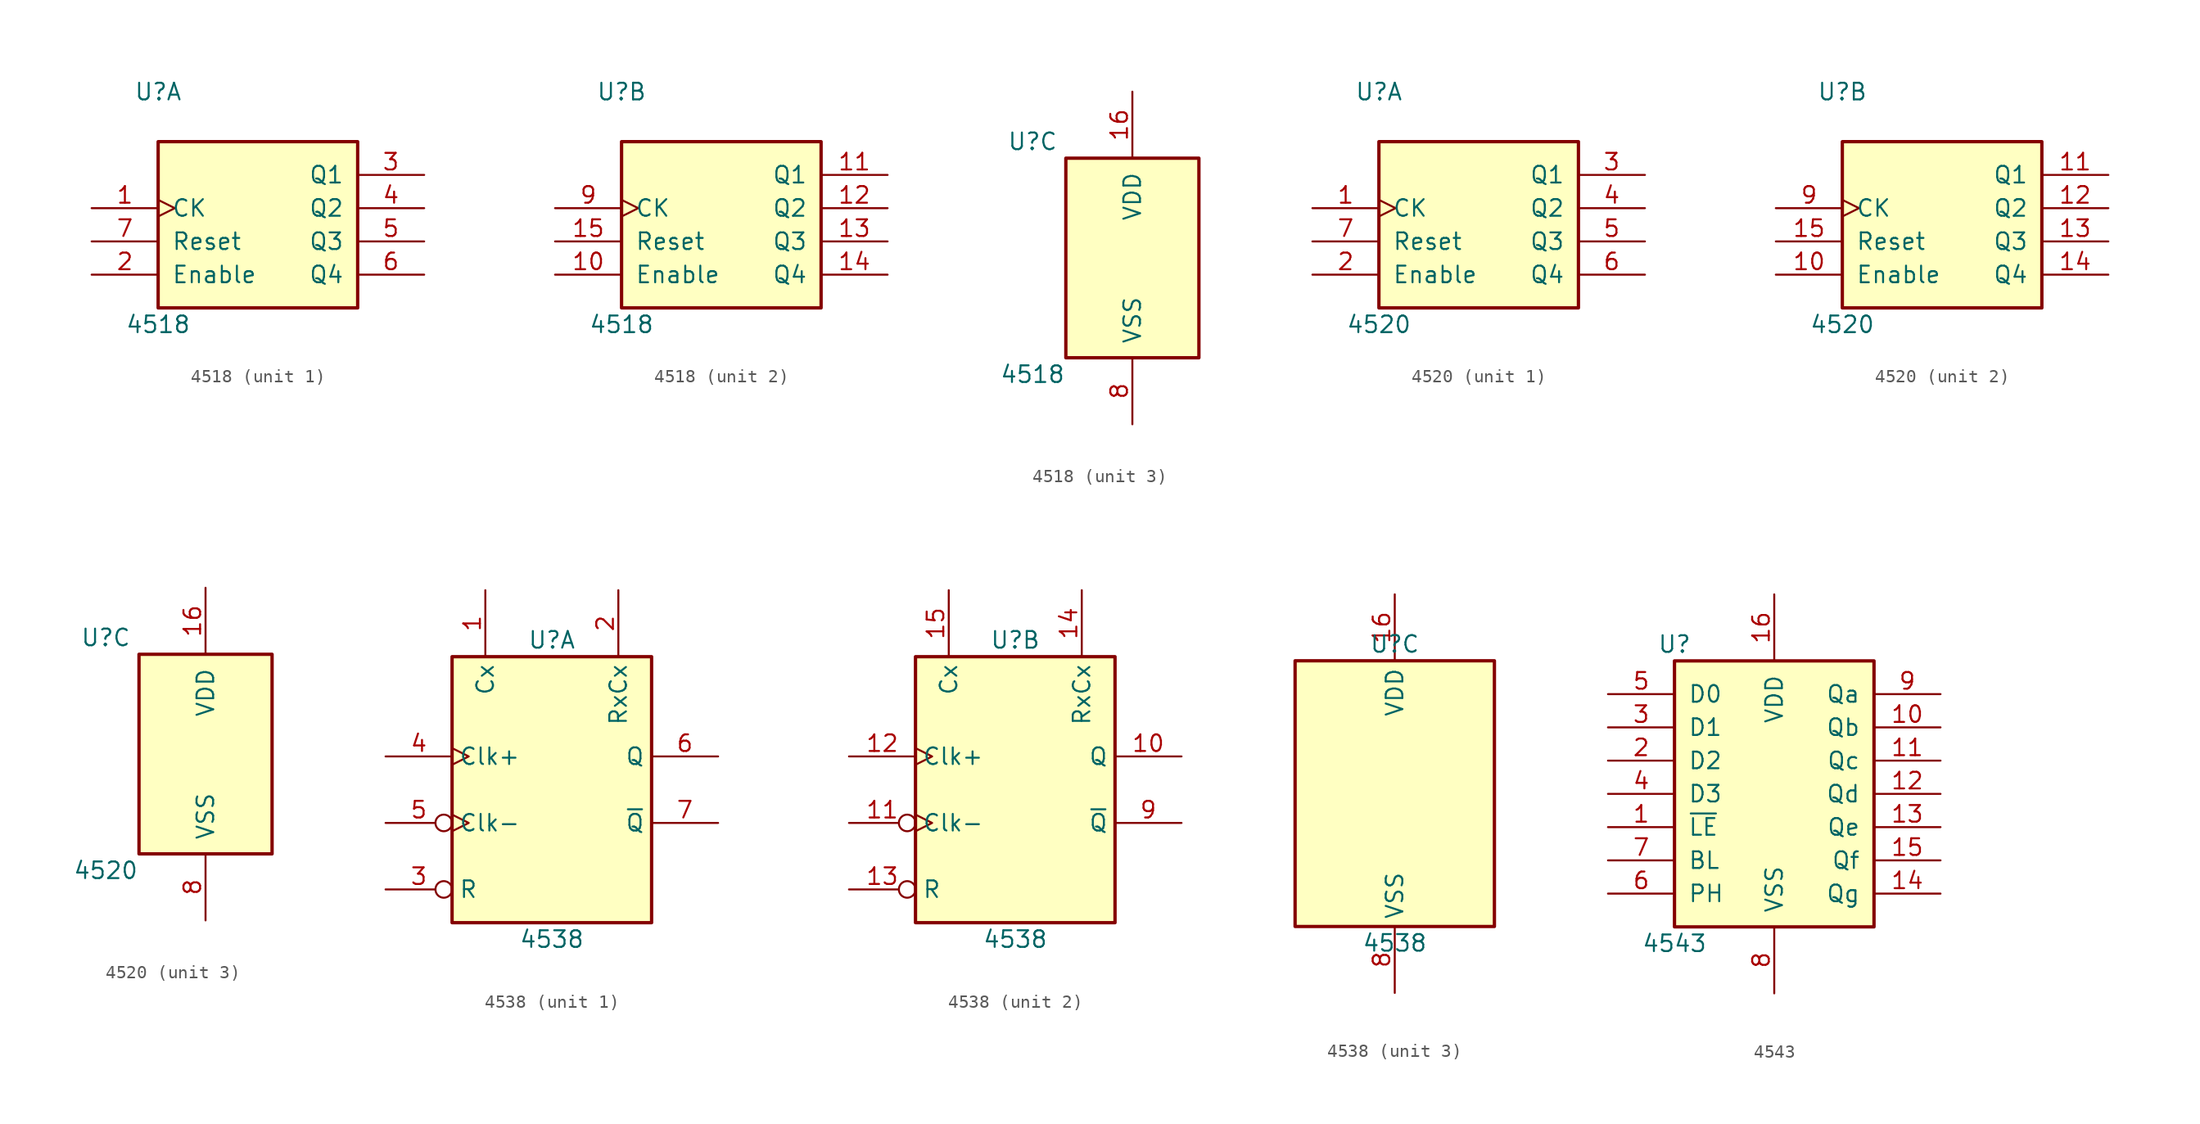
<source format=kicad_sym>
(kicad_symbol_lib
  (version 20200908)
  (generator kicad_symbol_editor)
  (symbol "4xxx:4518"
    (pin_names
      (offset 1.016))
    (property "Reference" "U"
      (at -7.62 8.89 0)
      (effects (font (size 1.27 1.27))))
    (property "Value" "4518"
      (at -7.62 -8.89 0)
      (effects (font (size 1.27 1.27))))
    (property "ki_locked" ""
      (at 0 0 0)
      (effects (font (size 1.27 1.27))))
    (symbol "4518_1_1"
      (rectangle (start -7.62 5.08) (end 7.62 -7.62) (stroke (width 0.254)) (fill (type background))))
    (symbol "4518_2_1"
      (rectangle (start -7.62 5.08) (end 7.62 -7.62) (stroke (width 0.254)) (fill (type background))))
    (symbol "4518_3_1"
      (rectangle (start -5.08 7.62) (end 5.08 -7.62) (stroke (width 0.254)) (fill (type background))))
    (symbol "4518_1_0"
      (pin input clock (at -12.7 0 0) (length 5.08) (name "CK" (effects (font (size 1.27 1.27)))) (number "1" (effects (font (size 1.27 1.27)))))
      (pin input line (at -12.7 -5.08 0) (length 5.08) (name "Enable" (effects (font (size 1.27 1.27)))) (number "2" (effects (font (size 1.27 1.27)))))
      (pin output line (at 12.7 2.54 180) (length 5.08) (name "Q1" (effects (font (size 1.27 1.27)))) (number "3" (effects (font (size 1.27 1.27)))))
      (pin output line (at 12.7 0 180) (length 5.08) (name "Q2" (effects (font (size 1.27 1.27)))) (number "4" (effects (font (size 1.27 1.27)))))
      (pin output line (at 12.7 -2.54 180) (length 5.08) (name "Q3" (effects (font (size 1.27 1.27)))) (number "5" (effects (font (size 1.27 1.27)))))
      (pin output line (at 12.7 -5.08 180) (length 5.08) (name "Q4" (effects (font (size 1.27 1.27)))) (number "6" (effects (font (size 1.27 1.27)))))
      (pin input line (at -12.7 -2.54 0) (length 5.08) (name "Reset" (effects (font (size 1.27 1.27)))) (number "7" (effects (font (size 1.27 1.27))))))
    (symbol "4518_2_0"
      (pin input line (at -12.7 -5.08 0) (length 5.08) (name "Enable" (effects (font (size 1.27 1.27)))) (number "10" (effects (font (size 1.27 1.27)))))
      (pin output line (at 12.7 2.54 180) (length 5.08) (name "Q1" (effects (font (size 1.27 1.27)))) (number "11" (effects (font (size 1.27 1.27)))))
      (pin output line (at 12.7 0 180) (length 5.08) (name "Q2" (effects (font (size 1.27 1.27)))) (number "12" (effects (font (size 1.27 1.27)))))
      (pin output line (at 12.7 -2.54 180) (length 5.08) (name "Q3" (effects (font (size 1.27 1.27)))) (number "13" (effects (font (size 1.27 1.27)))))
      (pin output line (at 12.7 -5.08 180) (length 5.08) (name "Q4" (effects (font (size 1.27 1.27)))) (number "14" (effects (font (size 1.27 1.27)))))
      (pin input line (at -12.7 -2.54 0) (length 5.08) (name "Reset" (effects (font (size 1.27 1.27)))) (number "15" (effects (font (size 1.27 1.27)))))
      (pin input clock (at -12.7 0 0) (length 5.08) (name "CK" (effects (font (size 1.27 1.27)))) (number "9" (effects (font (size 1.27 1.27))))))
    (symbol "4518_3_0"
      (pin power_in line (at 0 12.7 270) (length 5.08) (name "VDD" (effects (font (size 1.27 1.27)))) (number "16" (effects (font (size 1.27 1.27)))))
      (pin power_in line (at 0 -12.7 90) (length 5.08) (name "VSS" (effects (font (size 1.27 1.27)))) (number "8" (effects (font (size 1.27 1.27)))))))
  (symbol "4xxx:4520"
    (pin_names
      (offset 1.016))
    (property "Reference" "U"
      (at -7.62 8.89 0)
      (effects (font (size 1.27 1.27))))
    (property "Value" "4520"
      (at -7.62 -8.89 0)
      (effects (font (size 1.27 1.27))))
    (property "ki_locked" ""
      (at 0 0 0)
      (effects (font (size 1.27 1.27))))
    (symbol "4520_1_1"
      (rectangle (start -7.62 5.08) (end 7.62 -7.62) (stroke (width 0.254)) (fill (type background))))
    (symbol "4520_2_1"
      (rectangle (start -7.62 5.08) (end 7.62 -7.62) (stroke (width 0.254)) (fill (type background))))
    (symbol "4520_3_1"
      (rectangle (start -5.08 7.62) (end 5.08 -7.62) (stroke (width 0.254)) (fill (type background))))
    (symbol "4520_1_0"
      (pin input clock (at -12.7 0 0) (length 5.08) (name "CK" (effects (font (size 1.27 1.27)))) (number "1" (effects (font (size 1.27 1.27)))))
      (pin input line (at -12.7 -5.08 0) (length 5.08) (name "Enable" (effects (font (size 1.27 1.27)))) (number "2" (effects (font (size 1.27 1.27)))))
      (pin output line (at 12.7 2.54 180) (length 5.08) (name "Q1" (effects (font (size 1.27 1.27)))) (number "3" (effects (font (size 1.27 1.27)))))
      (pin output line (at 12.7 0 180) (length 5.08) (name "Q2" (effects (font (size 1.27 1.27)))) (number "4" (effects (font (size 1.27 1.27)))))
      (pin output line (at 12.7 -2.54 180) (length 5.08) (name "Q3" (effects (font (size 1.27 1.27)))) (number "5" (effects (font (size 1.27 1.27)))))
      (pin output line (at 12.7 -5.08 180) (length 5.08) (name "Q4" (effects (font (size 1.27 1.27)))) (number "6" (effects (font (size 1.27 1.27)))))
      (pin input line (at -12.7 -2.54 0) (length 5.08) (name "Reset" (effects (font (size 1.27 1.27)))) (number "7" (effects (font (size 1.27 1.27))))))
    (symbol "4520_2_0"
      (pin input line (at -12.7 -5.08 0) (length 5.08) (name "Enable" (effects (font (size 1.27 1.27)))) (number "10" (effects (font (size 1.27 1.27)))))
      (pin output line (at 12.7 2.54 180) (length 5.08) (name "Q1" (effects (font (size 1.27 1.27)))) (number "11" (effects (font (size 1.27 1.27)))))
      (pin output line (at 12.7 0 180) (length 5.08) (name "Q2" (effects (font (size 1.27 1.27)))) (number "12" (effects (font (size 1.27 1.27)))))
      (pin output line (at 12.7 -2.54 180) (length 5.08) (name "Q3" (effects (font (size 1.27 1.27)))) (number "13" (effects (font (size 1.27 1.27)))))
      (pin output line (at 12.7 -5.08 180) (length 5.08) (name "Q4" (effects (font (size 1.27 1.27)))) (number "14" (effects (font (size 1.27 1.27)))))
      (pin input line (at -12.7 -2.54 0) (length 5.08) (name "Reset" (effects (font (size 1.27 1.27)))) (number "15" (effects (font (size 1.27 1.27)))))
      (pin input clock (at -12.7 0 0) (length 5.08) (name "CK" (effects (font (size 1.27 1.27)))) (number "9" (effects (font (size 1.27 1.27))))))
    (symbol "4520_3_0"
      (pin power_in line (at 0 12.7 270) (length 5.08) (name "VDD" (effects (font (size 1.27 1.27)))) (number "16" (effects (font (size 1.27 1.27)))))
      (pin power_in line (at 0 -12.7 90) (length 5.08) (name "VSS" (effects (font (size 1.27 1.27)))) (number "8" (effects (font (size 1.27 1.27)))))))
  (symbol "4xxx:4538"
    (property "Reference" "U"
      (at 0 11.43 0)
      (effects (font (size 1.27 1.27))))
    (property "Value" "4538"
      (at 0 -11.43 0)
      (effects (font (size 1.27 1.27))))
    (property "ki_locked" ""
      (at 0 0 0)
      (effects (font (size 1.27 1.27))))
    (symbol "4538_1_1"
      (rectangle (start -7.62 10.16) (end 7.62 -10.16) (stroke (width 0.254)) (fill (type background))))
    (symbol "4538_2_1"
      (rectangle (start -7.62 10.16) (end 7.62 -10.16) (stroke (width 0.254)) (fill (type background))))
    (symbol "4538_3_1"
      (rectangle (start -7.62 10.16) (end 7.62 -10.16) (stroke (width 0.254)) (fill (type background))))
    (symbol "4538_1_0"
      (pin input line (at -5.08 15.24 270) (length 5.08) (name "Cx" (effects (font (size 1.27 1.27)))) (number "1" (effects (font (size 1.27 1.27)))))
      (pin input line (at 5.08 15.24 270) (length 5.08) (name "RxCx" (effects (font (size 1.27 1.27)))) (number "2" (effects (font (size 1.27 1.27)))))
      (pin input inverted (at -12.7 -7.62 0) (length 5.08) (name "R" (effects (font (size 1.27 1.27)))) (number "3" (effects (font (size 1.27 1.27)))))
      (pin input clock (at -12.7 2.54 0) (length 5.08) (name "Clk+" (effects (font (size 1.27 1.27)))) (number "4" (effects (font (size 1.27 1.27)))))
      (pin input inverted_clock (at -12.7 -2.54 0) (length 5.08) (name "Clk-" (effects (font (size 1.27 1.27)))) (number "5" (effects (font (size 1.27 1.27)))))
      (pin output line (at 12.7 2.54 180) (length 5.08) (name "Q" (effects (font (size 1.27 1.27)))) (number "6" (effects (font (size 1.27 1.27)))))
      (pin output line (at 12.7 -2.54 180) (length 5.08) (name "~Q" (effects (font (size 1.27 1.27)))) (number "7" (effects (font (size 1.27 1.27))))))
    (symbol "4538_2_0"
      (pin output line (at 12.7 2.54 180) (length 5.08) (name "Q" (effects (font (size 1.27 1.27)))) (number "10" (effects (font (size 1.27 1.27)))))
      (pin input inverted_clock (at -12.7 -2.54 0) (length 5.08) (name "Clk-" (effects (font (size 1.27 1.27)))) (number "11" (effects (font (size 1.27 1.27)))))
      (pin input clock (at -12.7 2.54 0) (length 5.08) (name "Clk+" (effects (font (size 1.27 1.27)))) (number "12" (effects (font (size 1.27 1.27)))))
      (pin input inverted (at -12.7 -7.62 0) (length 5.08) (name "R" (effects (font (size 1.27 1.27)))) (number "13" (effects (font (size 1.27 1.27)))))
      (pin input line (at 5.08 15.24 270) (length 5.08) (name "RxCx" (effects (font (size 1.27 1.27)))) (number "14" (effects (font (size 1.27 1.27)))))
      (pin input line (at -5.08 15.24 270) (length 5.08) (name "Cx" (effects (font (size 1.27 1.27)))) (number "15" (effects (font (size 1.27 1.27)))))
      (pin output line (at 12.7 -2.54 180) (length 5.08) (name "~Q" (effects (font (size 1.27 1.27)))) (number "9" (effects (font (size 1.27 1.27))))))
    (symbol "4538_3_0"
      (pin power_in line (at 0 15.24 270) (length 5.08) (name "VDD" (effects (font (size 1.27 1.27)))) (number "16" (effects (font (size 1.27 1.27)))))
      (pin power_in line (at 0 -15.24 90) (length 5.08) (name "VSS" (effects (font (size 1.27 1.27)))) (number "8" (effects (font (size 1.27 1.27)))))))
  (symbol "4xxx:4543"
    (pin_names
      (offset 1.016))
    (property "Reference" "U"
      (at -7.62 11.43 0)
      (effects (font (size 1.27 1.27))))
    (property "Value" "4543"
      (at -7.62 -11.43 0)
      (effects (font (size 1.27 1.27))))
    (property "ki_locked" ""
      (at 0 0 0)
      (effects (font (size 1.27 1.27))))
    (symbol "4543_1_1"
      (rectangle (start -7.62 10.16) (end 7.62 -10.16) (stroke (width 0.254)) (fill (type background))))
    (symbol "4543_1_0"
      (pin input line (at -12.7 -2.54 0) (length 5.08) (name "~LE" (effects (font (size 1.27 1.27)))) (number "1" (effects (font (size 1.27 1.27)))))
      (pin output line (at 12.7 5.08 180) (length 5.08) (name "Qb" (effects (font (size 1.27 1.27)))) (number "10" (effects (font (size 1.27 1.27)))))
      (pin output line (at 12.7 2.54 180) (length 5.08) (name "Qc" (effects (font (size 1.27 1.27)))) (number "11" (effects (font (size 1.27 1.27)))))
      (pin output line (at 12.7 0 180) (length 5.08) (name "Qd" (effects (font (size 1.27 1.27)))) (number "12" (effects (font (size 1.27 1.27)))))
      (pin output line (at 12.7 -2.54 180) (length 5.08) (name "Qe" (effects (font (size 1.27 1.27)))) (number "13" (effects (font (size 1.27 1.27)))))
      (pin output line (at 12.7 -7.62 180) (length 5.08) (name "Qg" (effects (font (size 1.27 1.27)))) (number "14" (effects (font (size 1.27 1.27)))))
      (pin output line (at 12.7 -5.08 180) (length 5.08) (name "Qf" (effects (font (size 1.27 1.27)))) (number "15" (effects (font (size 1.27 1.27)))))
      (pin power_in line (at 0 15.24 270) (length 5.08) (name "VDD" (effects (font (size 1.27 1.27)))) (number "16" (effects (font (size 1.27 1.27)))))
      (pin input line (at -12.7 2.54 0) (length 5.08) (name "D2" (effects (font (size 1.27 1.27)))) (number "2" (effects (font (size 1.27 1.27)))))
      (pin input line (at -12.7 5.08 0) (length 5.08) (name "D1" (effects (font (size 1.27 1.27)))) (number "3" (effects (font (size 1.27 1.27)))))
      (pin input line (at -12.7 0 0) (length 5.08) (name "D3" (effects (font (size 1.27 1.27)))) (number "4" (effects (font (size 1.27 1.27)))))
      (pin input line (at -12.7 7.62 0) (length 5.08) (name "D0" (effects (font (size 1.27 1.27)))) (number "5" (effects (font (size 1.27 1.27)))))
      (pin input line (at -12.7 -7.62 0) (length 5.08) (name "PH" (effects (font (size 1.27 1.27)))) (number "6" (effects (font (size 1.27 1.27)))))
      (pin input line (at -12.7 -5.08 0) (length 5.08) (name "BL" (effects (font (size 1.27 1.27)))) (number "7" (effects (font (size 1.27 1.27)))))
      (pin power_in line (at 0 -15.24 90) (length 5.08) (name "VSS" (effects (font (size 1.27 1.27)))) (number "8" (effects (font (size 1.27 1.27)))))
      (pin output line (at 12.7 7.62 180) (length 5.08) (name "Qa" (effects (font (size 1.27 1.27)))) (number "9" (effects (font (size 1.27 1.27))))))))
</source>
